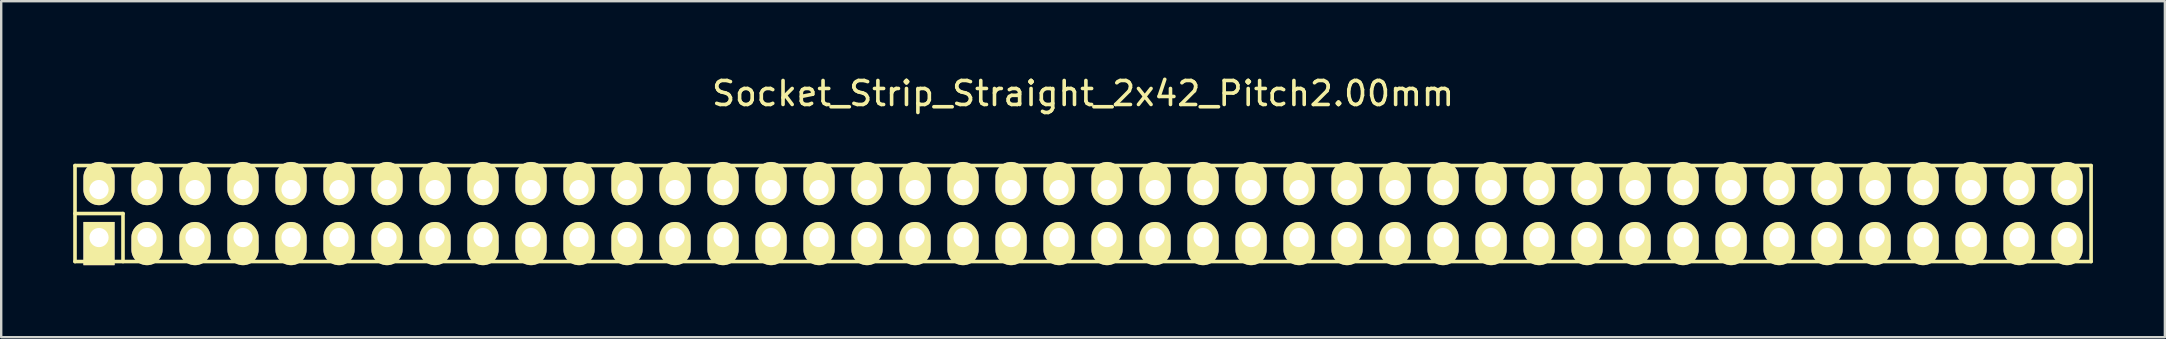
<source format=kicad_pcb>
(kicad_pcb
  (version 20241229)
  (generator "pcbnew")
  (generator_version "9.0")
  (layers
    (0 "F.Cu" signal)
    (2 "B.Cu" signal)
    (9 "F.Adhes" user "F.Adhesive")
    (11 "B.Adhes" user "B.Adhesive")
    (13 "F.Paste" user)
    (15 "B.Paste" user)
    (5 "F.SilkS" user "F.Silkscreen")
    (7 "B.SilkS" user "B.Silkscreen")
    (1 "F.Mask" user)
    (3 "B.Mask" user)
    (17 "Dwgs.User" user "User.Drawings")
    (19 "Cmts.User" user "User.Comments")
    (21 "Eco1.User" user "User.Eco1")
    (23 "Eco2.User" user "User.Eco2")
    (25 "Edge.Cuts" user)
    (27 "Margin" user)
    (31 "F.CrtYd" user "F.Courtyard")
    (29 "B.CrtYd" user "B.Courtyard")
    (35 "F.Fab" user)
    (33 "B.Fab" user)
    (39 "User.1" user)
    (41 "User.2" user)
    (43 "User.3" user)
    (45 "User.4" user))
  (footprint "Socket_Strip_Straight_2x42_Pitch2.00mm"
    (layer "F.Cu")
    (at 42.075 5.848)
    (property "Reference" "Socket_Strip_Straight_2x42_Pitch2.00mm" (at 0 -5 0) (layer "F.SilkS") (effects (font (size 1 1) (thickness 0.15))))
    (attr through_hole)
    (fp_line (start -42 -2) (end 42 -2) (stroke (width 0.15) (type solid)) (layer "F.SilkS"))
    (fp_line (start -42 0) (end -40 0) (stroke (width 0.15) (type solid)) (layer "F.SilkS"))
    (fp_line (start -42 2) (end -42 -2) (stroke (width 0.15) (type solid)) (layer "F.SilkS"))
    (fp_line (start -40 0) (end -40 2) (stroke (width 0.15) (type solid)) (layer "F.SilkS"))
    (fp_line (start 42 -2) (end 42 2) (stroke (width 0.15) (type solid)) (layer "F.SilkS"))
    (fp_line (start 42 2) (end -42 2) (stroke (width 0.15) (type solid)) (layer "F.SilkS"))
    (pad "1" thru_hole rect (at -41 1) (size 1.3 1.8) (drill 0.8 (offset 0 0.25)) (layers "*.Cu" "*.Mask" "F.SilkS"))
    (pad "2" thru_hole oval (at -41 -1) (size 1.3 1.8) (drill 0.8 (offset 0 -0.25)) (layers "*.Cu" "*.Mask" "F.SilkS"))
    (pad "3" thru_hole oval (at -39 1) (size 1.3 1.8) (drill 0.8 (offset 0 0.25)) (layers "*.Cu" "*.Mask" "F.SilkS"))
    (pad "4" thru_hole oval (at -39 -1) (size 1.3 1.8) (drill 0.8 (offset 0 -0.25)) (layers "*.Cu" "*.Mask" "F.SilkS"))
    (pad "5" thru_hole oval (at -37 1) (size 1.3 1.8) (drill 0.8 (offset 0 0.25)) (layers "*.Cu" "*.Mask" "F.SilkS"))
    (pad "6" thru_hole oval (at -37 -1) (size 1.3 1.8) (drill 0.8 (offset 0 -0.25)) (layers "*.Cu" "*.Mask" "F.SilkS"))
    (pad "7" thru_hole oval (at -35 1) (size 1.3 1.8) (drill 0.8 (offset 0 0.25)) (layers "*.Cu" "*.Mask" "F.SilkS"))
    (pad "8" thru_hole oval (at -35 -1) (size 1.3 1.8) (drill 0.8 (offset 0 -0.25)) (layers "*.Cu" "*.Mask" "F.SilkS"))
    (pad "9" thru_hole oval (at -33 1) (size 1.3 1.8) (drill 0.8 (offset 0 0.25)) (layers "*.Cu" "*.Mask" "F.SilkS"))
    (pad "10" thru_hole oval (at -33 -1) (size 1.3 1.8) (drill 0.8 (offset 0 -0.25)) (layers "*.Cu" "*.Mask" "F.SilkS"))
    (pad "11" thru_hole oval (at -31 1) (size 1.3 1.8) (drill 0.8 (offset 0 0.25)) (layers "*.Cu" "*.Mask" "F.SilkS"))
    (pad "12" thru_hole oval (at -31 -1) (size 1.3 1.8) (drill 0.8 (offset 0 -0.25)) (layers "*.Cu" "*.Mask" "F.SilkS"))
    (pad "13" thru_hole oval (at -29 1) (size 1.3 1.8) (drill 0.8 (offset 0 0.25)) (layers "*.Cu" "*.Mask" "F.SilkS"))
    (pad "14" thru_hole oval (at -29 -1) (size 1.3 1.8) (drill 0.8 (offset 0 -0.25)) (layers "*.Cu" "*.Mask" "F.SilkS"))
    (pad "15" thru_hole oval (at -27 1) (size 1.3 1.8) (drill 0.8 (offset 0 0.25)) (layers "*.Cu" "*.Mask" "F.SilkS"))
    (pad "16" thru_hole oval (at -27 -1) (size 1.3 1.8) (drill 0.8 (offset 0 -0.25)) (layers "*.Cu" "*.Mask" "F.SilkS"))
    (pad "17" thru_hole oval (at -25 1) (size 1.3 1.8) (drill 0.8 (offset 0 0.25)) (layers "*.Cu" "*.Mask" "F.SilkS"))
    (pad "18" thru_hole oval (at -25 -1) (size 1.3 1.8) (drill 0.8 (offset 0 -0.25)) (layers "*.Cu" "*.Mask" "F.SilkS"))
    (pad "19" thru_hole oval (at -23 1) (size 1.3 1.8) (drill 0.8 (offset 0 0.25)) (layers "*.Cu" "*.Mask" "F.SilkS"))
    (pad "20" thru_hole oval (at -23 -1) (size 1.3 1.8) (drill 0.8 (offset 0 -0.25)) (layers "*.Cu" "*.Mask" "F.SilkS"))
    (pad "21" thru_hole oval (at -21 1) (size 1.3 1.8) (drill 0.8 (offset 0 0.25)) (layers "*.Cu" "*.Mask" "F.SilkS"))
    (pad "22" thru_hole oval (at -21 -1) (size 1.3 1.8) (drill 0.8 (offset 0 -0.25)) (layers "*.Cu" "*.Mask" "F.SilkS"))
    (pad "23" thru_hole oval (at -19 1) (size 1.3 1.8) (drill 0.8 (offset 0 0.25)) (layers "*.Cu" "*.Mask" "F.SilkS"))
    (pad "24" thru_hole oval (at -19 -1) (size 1.3 1.8) (drill 0.8 (offset 0 -0.25)) (layers "*.Cu" "*.Mask" "F.SilkS"))
    (pad "25" thru_hole oval (at -17 1) (size 1.3 1.8) (drill 0.8 (offset 0 0.25)) (layers "*.Cu" "*.Mask" "F.SilkS"))
    (pad "26" thru_hole oval (at -17 -1) (size 1.3 1.8) (drill 0.8 (offset 0 -0.25)) (layers "*.Cu" "*.Mask" "F.SilkS"))
    (pad "27" thru_hole oval (at -15 1) (size 1.3 1.8) (drill 0.8 (offset 0 0.25)) (layers "*.Cu" "*.Mask" "F.SilkS"))
    (pad "28" thru_hole oval (at -15 -1) (size 1.3 1.8) (drill 0.8 (offset 0 -0.25)) (layers "*.Cu" "*.Mask" "F.SilkS"))
    (pad "29" thru_hole oval (at -13 1) (size 1.3 1.8) (drill 0.8 (offset 0 0.25)) (layers "*.Cu" "*.Mask" "F.SilkS"))
    (pad "30" thru_hole oval (at -13 -1) (size 1.3 1.8) (drill 0.8 (offset 0 -0.25)) (layers "*.Cu" "*.Mask" "F.SilkS"))
    (pad "31" thru_hole oval (at -11 1) (size 1.3 1.8) (drill 0.8 (offset 0 0.25)) (layers "*.Cu" "*.Mask" "F.SilkS"))
    (pad "32" thru_hole oval (at -11 -1) (size 1.3 1.8) (drill 0.8 (offset 0 -0.25)) (layers "*.Cu" "*.Mask" "F.SilkS"))
    (pad "33" thru_hole oval (at -9 1) (size 1.3 1.8) (drill 0.8 (offset 0 0.25)) (layers "*.Cu" "*.Mask" "F.SilkS"))
    (pad "34" thru_hole oval (at -9 -1) (size 1.3 1.8) (drill 0.8 (offset 0 -0.25)) (layers "*.Cu" "*.Mask" "F.SilkS"))
    (pad "35" thru_hole oval (at -7 1) (size 1.3 1.8) (drill 0.8 (offset 0 0.25)) (layers "*.Cu" "*.Mask" "F.SilkS"))
    (pad "36" thru_hole oval (at -7 -1) (size 1.3 1.8) (drill 0.8 (offset 0 -0.25)) (layers "*.Cu" "*.Mask" "F.SilkS"))
    (pad "37" thru_hole oval (at -5 1) (size 1.3 1.8) (drill 0.8 (offset 0 0.25)) (layers "*.Cu" "*.Mask" "F.SilkS"))
    (pad "38" thru_hole oval (at -5 -1) (size 1.3 1.8) (drill 0.8 (offset 0 -0.25)) (layers "*.Cu" "*.Mask" "F.SilkS"))
    (pad "39" thru_hole oval (at -3 1) (size 1.3 1.8) (drill 0.8 (offset 0 0.25)) (layers "*.Cu" "*.Mask" "F.SilkS"))
    (pad "40" thru_hole oval (at -3 -1) (size 1.3 1.8) (drill 0.8 (offset 0 -0.25)) (layers "*.Cu" "*.Mask" "F.SilkS"))
    (pad "41" thru_hole oval (at -1 1) (size 1.3 1.8) (drill 0.8 (offset 0 0.25)) (layers "*.Cu" "*.Mask" "F.SilkS"))
    (pad "42" thru_hole oval (at -1 -1) (size 1.3 1.8) (drill 0.8 (offset 0 -0.25)) (layers "*.Cu" "*.Mask" "F.SilkS"))
    (pad "43" thru_hole oval (at 1 1) (size 1.3 1.8) (drill 0.8 (offset 0 0.25)) (layers "*.Cu" "*.Mask" "F.SilkS"))
    (pad "44" thru_hole oval (at 1 -1) (size 1.3 1.8) (drill 0.8 (offset 0 -0.25)) (layers "*.Cu" "*.Mask" "F.SilkS"))
    (pad "45" thru_hole oval (at 3 1) (size 1.3 1.8) (drill 0.8 (offset 0 0.25)) (layers "*.Cu" "*.Mask" "F.SilkS"))
    (pad "46" thru_hole oval (at 3 -1) (size 1.3 1.8) (drill 0.8 (offset 0 -0.25)) (layers "*.Cu" "*.Mask" "F.SilkS"))
    (pad "47" thru_hole oval (at 5 1) (size 1.3 1.8) (drill 0.8 (offset 0 0.25)) (layers "*.Cu" "*.Mask" "F.SilkS"))
    (pad "48" thru_hole oval (at 5 -1) (size 1.3 1.8) (drill 0.8 (offset 0 -0.25)) (layers "*.Cu" "*.Mask" "F.SilkS"))
    (pad "49" thru_hole oval (at 7 1) (size 1.3 1.8) (drill 0.8 (offset 0 0.25)) (layers "*.Cu" "*.Mask" "F.SilkS"))
    (pad "50" thru_hole oval (at 7 -1) (size 1.3 1.8) (drill 0.8 (offset 0 -0.25)) (layers "*.Cu" "*.Mask" "F.SilkS"))
    (pad "51" thru_hole oval (at 9 1) (size 1.3 1.8) (drill 0.8 (offset 0 0.25)) (layers "*.Cu" "*.Mask" "F.SilkS"))
    (pad "52" thru_hole oval (at 9 -1) (size 1.3 1.8) (drill 0.8 (offset 0 -0.25)) (layers "*.Cu" "*.Mask" "F.SilkS"))
    (pad "53" thru_hole oval (at 11 1) (size 1.3 1.8) (drill 0.8 (offset 0 0.25)) (layers "*.Cu" "*.Mask" "F.SilkS"))
    (pad "54" thru_hole oval (at 11 -1) (size 1.3 1.8) (drill 0.8 (offset 0 -0.25)) (layers "*.Cu" "*.Mask" "F.SilkS"))
    (pad "55" thru_hole oval (at 13 1) (size 1.3 1.8) (drill 0.8 (offset 0 0.25)) (layers "*.Cu" "*.Mask" "F.SilkS"))
    (pad "56" thru_hole oval (at 13 -1) (size 1.3 1.8) (drill 0.8 (offset 0 -0.25)) (layers "*.Cu" "*.Mask" "F.SilkS"))
    (pad "57" thru_hole oval (at 15 1) (size 1.3 1.8) (drill 0.8 (offset 0 0.25)) (layers "*.Cu" "*.Mask" "F.SilkS"))
    (pad "58" thru_hole oval (at 15 -1) (size 1.3 1.8) (drill 0.8 (offset 0 -0.25)) (layers "*.Cu" "*.Mask" "F.SilkS"))
    (pad "59" thru_hole oval (at 17 1) (size 1.3 1.8) (drill 0.8 (offset 0 0.25)) (layers "*.Cu" "*.Mask" "F.SilkS"))
    (pad "60" thru_hole oval (at 17 -1) (size 1.3 1.8) (drill 0.8 (offset 0 -0.25)) (layers "*.Cu" "*.Mask" "F.SilkS"))
    (pad "61" thru_hole oval (at 19 1) (size 1.3 1.8) (drill 0.8 (offset 0 0.25)) (layers "*.Cu" "*.Mask" "F.SilkS"))
    (pad "62" thru_hole oval (at 19 -1) (size 1.3 1.8) (drill 0.8 (offset 0 -0.25)) (layers "*.Cu" "*.Mask" "F.SilkS"))
    (pad "63" thru_hole oval (at 21 1) (size 1.3 1.8) (drill 0.8 (offset 0 0.25)) (layers "*.Cu" "*.Mask" "F.SilkS"))
    (pad "64" thru_hole oval (at 21 -1) (size 1.3 1.8) (drill 0.8 (offset 0 -0.25)) (layers "*.Cu" "*.Mask" "F.SilkS"))
    (pad "65" thru_hole oval (at 23 1) (size 1.3 1.8) (drill 0.8 (offset 0 0.25)) (layers "*.Cu" "*.Mask" "F.SilkS"))
    (pad "66" thru_hole oval (at 23 -1) (size 1.3 1.8) (drill 0.8 (offset 0 -0.25)) (layers "*.Cu" "*.Mask" "F.SilkS"))
    (pad "67" thru_hole oval (at 25 1) (size 1.3 1.8) (drill 0.8 (offset 0 0.25)) (layers "*.Cu" "*.Mask" "F.SilkS"))
    (pad "68" thru_hole oval (at 25 -1) (size 1.3 1.8) (drill 0.8 (offset 0 -0.25)) (layers "*.Cu" "*.Mask" "F.SilkS"))
    (pad "69" thru_hole oval (at 27 1) (size 1.3 1.8) (drill 0.8 (offset 0 0.25)) (layers "*.Cu" "*.Mask" "F.SilkS"))
    (pad "70" thru_hole oval (at 27 -1) (size 1.3 1.8) (drill 0.8 (offset 0 -0.25)) (layers "*.Cu" "*.Mask" "F.SilkS"))
    (pad "71" thru_hole oval (at 29 1) (size 1.3 1.8) (drill 0.8 (offset 0 0.25)) (layers "*.Cu" "*.Mask" "F.SilkS"))
    (pad "72" thru_hole oval (at 29 -1) (size 1.3 1.8) (drill 0.8 (offset 0 -0.25)) (layers "*.Cu" "*.Mask" "F.SilkS"))
    (pad "73" thru_hole oval (at 31 1) (size 1.3 1.8) (drill 0.8 (offset 0 0.25)) (layers "*.Cu" "*.Mask" "F.SilkS"))
    (pad "74" thru_hole oval (at 31 -1) (size 1.3 1.8) (drill 0.8 (offset 0 -0.25)) (layers "*.Cu" "*.Mask" "F.SilkS"))
    (pad "75" thru_hole oval (at 33 1) (size 1.3 1.8) (drill 0.8 (offset 0 0.25)) (layers "*.Cu" "*.Mask" "F.SilkS"))
    (pad "76" thru_hole oval (at 33 -1) (size 1.3 1.8) (drill 0.8 (offset 0 -0.25)) (layers "*.Cu" "*.Mask" "F.SilkS"))
    (pad "77" thru_hole oval (at 35 1) (size 1.3 1.8) (drill 0.8 (offset 0 0.25)) (layers "*.Cu" "*.Mask" "F.SilkS"))
    (pad "78" thru_hole oval (at 35 -1) (size 1.3 1.8) (drill 0.8 (offset 0 -0.25)) (layers "*.Cu" "*.Mask" "F.SilkS"))
    (pad "79" thru_hole oval (at 37 1) (size 1.3 1.8) (drill 0.8 (offset 0 0.25)) (layers "*.Cu" "*.Mask" "F.SilkS"))
    (pad "80" thru_hole oval (at 37 -1) (size 1.3 1.8) (drill 0.8 (offset 0 -0.25)) (layers "*.Cu" "*.Mask" "F.SilkS"))
    (pad "81" thru_hole oval (at 39 1) (size 1.3 1.8) (drill 0.8 (offset 0 0.25)) (layers "*.Cu" "*.Mask" "F.SilkS"))
    (pad "82" thru_hole oval (at 39 -1) (size 1.3 1.8) (drill 0.8 (offset 0 -0.25)) (layers "*.Cu" "*.Mask" "F.SilkS"))
    (pad "83" thru_hole oval (at 41 1) (size 1.3 1.8) (drill 0.8 (offset 0 0.25)) (layers "*.Cu" "*.Mask" "F.SilkS"))
    (pad "84" thru_hole oval (at 41 -1) (size 1.3 1.8) (drill 0.8 (offset 0 -0.25)) (layers "*.Cu" "*.Mask" "F.SilkS")))
  (gr_rect
    (start -3 -3)
    (end 87.15 10.998)
    (stroke (width 0.1) (type default))
    (fill no)
    (layer "Edge.Cuts")))
</source>
